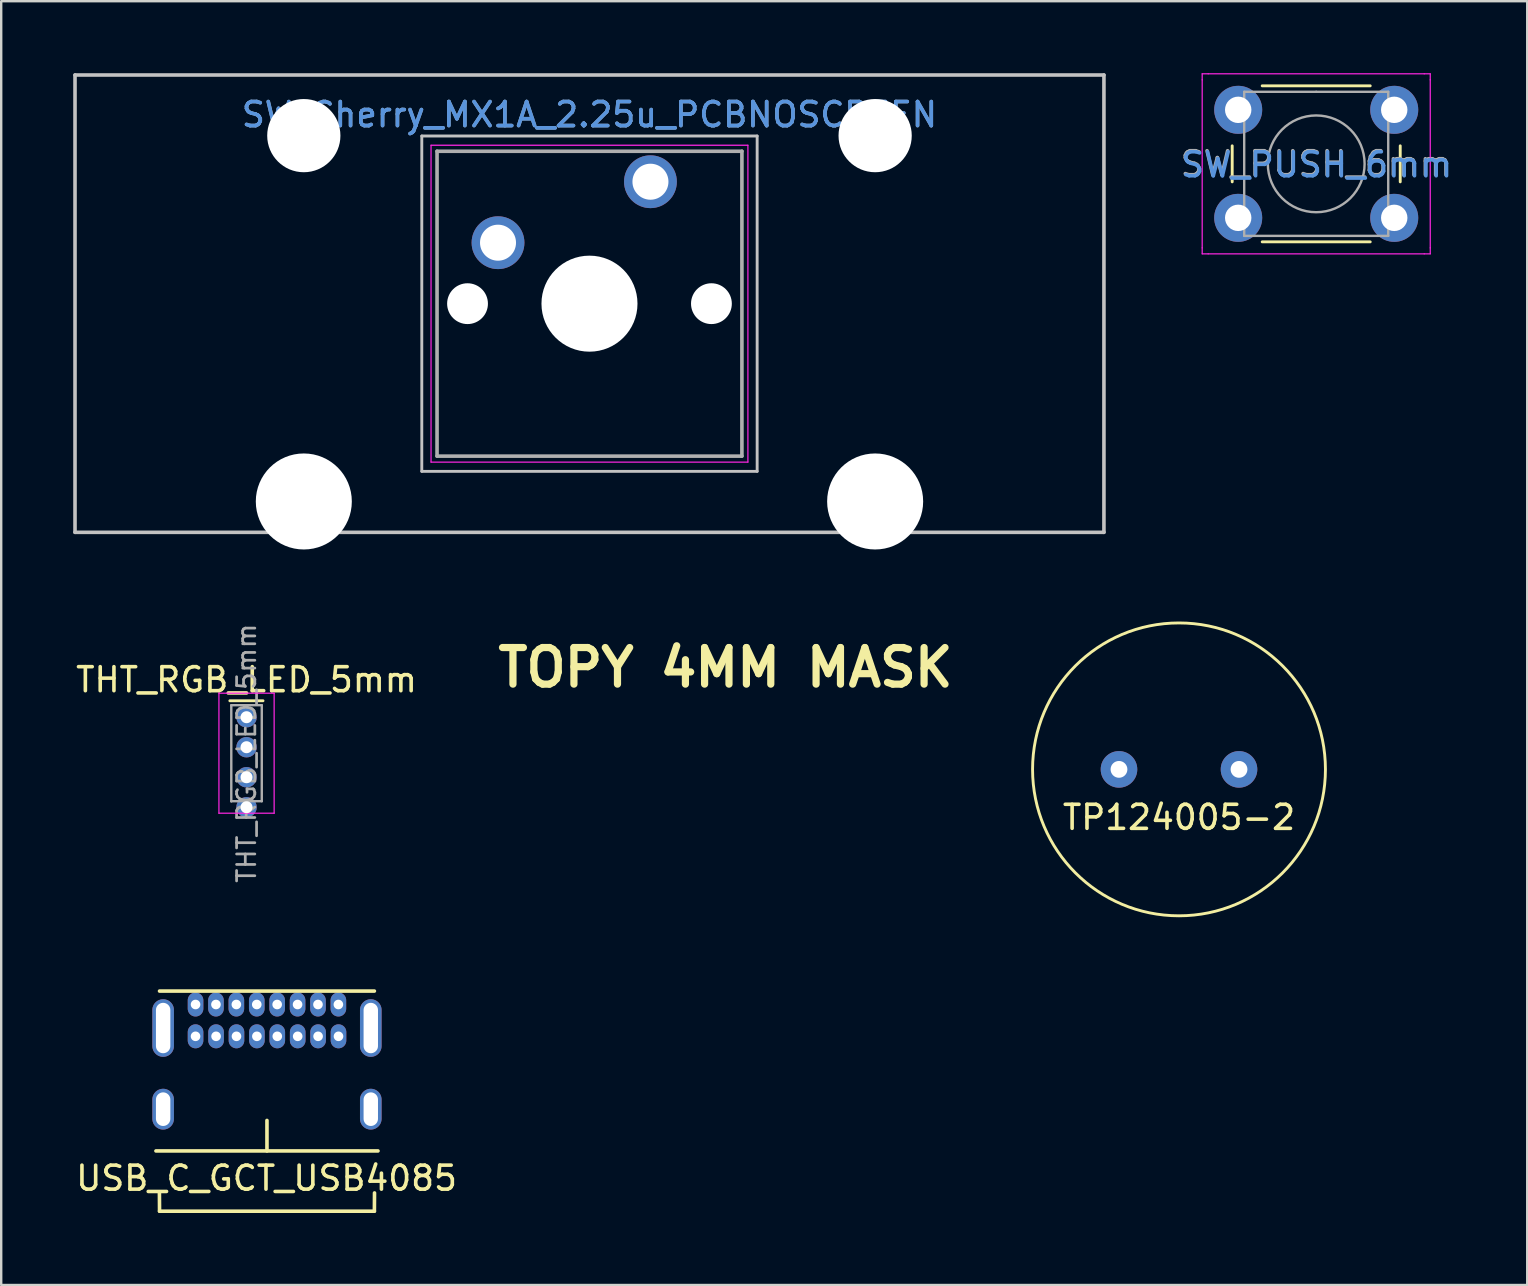
<source format=kicad_pcb>
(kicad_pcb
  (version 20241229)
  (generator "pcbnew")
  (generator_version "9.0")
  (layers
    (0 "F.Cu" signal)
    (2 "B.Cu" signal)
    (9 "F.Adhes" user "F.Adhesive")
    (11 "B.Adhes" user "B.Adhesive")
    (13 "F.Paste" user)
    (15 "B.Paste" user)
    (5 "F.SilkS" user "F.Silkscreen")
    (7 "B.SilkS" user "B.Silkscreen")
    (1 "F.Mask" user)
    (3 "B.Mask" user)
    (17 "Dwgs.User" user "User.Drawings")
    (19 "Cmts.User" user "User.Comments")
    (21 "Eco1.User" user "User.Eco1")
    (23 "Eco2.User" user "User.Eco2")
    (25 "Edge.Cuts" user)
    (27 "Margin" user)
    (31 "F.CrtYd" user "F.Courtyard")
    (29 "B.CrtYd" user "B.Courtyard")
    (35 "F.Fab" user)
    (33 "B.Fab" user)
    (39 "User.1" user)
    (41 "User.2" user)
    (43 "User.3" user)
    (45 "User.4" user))
  (footprint "TOPY 4MM MASK"
    (layer "F.Cu")
    (at 27.172 24.759)
    (property "Reference" "TOPY 4MM MASK" (at 0 0 0) (layer "F.SilkS") (effects (font (size 1.524 1.524) (thickness 0.3))))
    (attr through_hole)
    (fp_poly (pts (xy 0.22 -1.321) (xy 0.79 -1.319) (xy 1.359 -1.317) (xy 1.359 -0.91) (xy 0.22 -0.906) (xy 0.22 -0.246) (xy 0.94 -0.246) (xy 0.94 0.186) (xy 0.22 0.186) (xy 0.22 0.863) (xy 0.79 0.866) (xy 1.359 0.868) (xy 1.361 1.082) (xy 1.363 1.295) (xy 0.22 1.295) (xy 0.22 1.913) (xy -0.22 1.913) (xy -0.22 1.295) (xy -1.355 1.295) (xy -1.355 0.864) (xy -0.22 0.864) (xy -0.22 0.186) (xy -0.931 0.186) (xy -0.931 -0.246) (xy -0.22 -0.246) (xy -0.22 -0.906) (xy -1.355 -0.906) (xy -1.355 -1.321) (xy -0.22 -1.321) (xy -0.216 -1.909) (xy 0.002 -1.911) (xy 0.22 -1.914) (xy 0.22 -1.321)) (stroke (width 0.01) (type solid)) (fill yes) (layer "F.Mask")))
  (footprint "TP124005-2"
    (layer "F.Cu")
    (at 46.064 29)
    (property "Reference" "TP124005-2" (at 0 2 0) (layer "F.SilkS") (effects (font (size 1 1) (thickness 0.15))))
    (attr through_hole)
    (fp_circle (center 0 0) (end 0 6.1) (stroke (width 0.12) (type solid)) (fill no) (layer "F.SilkS"))
    (pad "1" thru_hole circle (at -2.5 0) (size 1.524 1.524) (drill 0.7) (layers "*.Cu" "*.Mask"))
    (pad "2" thru_hole circle (at 2.5 0) (size 1.524 1.524) (drill 0.7) (layers "*.Cu" "*.Mask")))
  (footprint "THT_RGB_LED_5mm"
    (layer "F.Cu")
    (at 7.22 26.827)
    (property "Reference" "THT_RGB_LED_5mm" (at 0 -1.56 0) (layer "F.SilkS") (effects (font (size 1 1) (thickness 0.15))))
    (attr through_hole)
    (fp_line (start -0.695 -0.685) (end 0.686 -0.685) (stroke (width 0.12) (type solid)) (layer "F.SilkS"))
    (fp_line (start -1.15 -1) (end -1.15 4) (stroke (width 0.05) (type solid)) (layer "F.CrtYd"))
    (fp_line (start -1.15 4) (end 1.15 4) (stroke (width 0.05) (type solid)) (layer "F.CrtYd"))
    (fp_line (start 1.15 -1) (end -1.15 -1) (stroke (width 0.05) (type solid)) (layer "F.CrtYd"))
    (fp_line (start 1.15 4) (end 1.15 -1) (stroke (width 0.05) (type solid)) (layer "F.CrtYd"))
    (fp_line (start -0.635 -0.5) (end 0.635 -0.5) (stroke (width 0.1) (type solid)) (layer "F.Fab"))
    (fp_line (start -0.635 3.508) (end -0.635 -0.5) (stroke (width 0.1) (type solid)) (layer "F.Fab"))
    (fp_line (start 0.635 -0.5) (end 0.635 3.5) (stroke (width 0.1) (type solid)) (layer "F.Fab"))
    (fp_line (start 0.635 3.5) (end -0.635 3.5) (stroke (width 0.1) (type solid)) (layer "F.Fab"))
    (fp_text user "${REFERENCE}" (at 0 1.5 90) (layer "F.Fab") (effects (font (size 0.76 0.76) (thickness 0.114))))
    (pad "1" thru_hole oval (at 0 2.5) (size 0.85 0.85) (drill 0.5) (layers "*.Cu" "*.Mask"))
    (pad "2" thru_hole circle (at 0 0) (size 0.85 0.85) (drill 0.5) (layers "*.Cu" "*.Mask"))
    (pad "3" thru_hole oval (at 0 1.25) (size 0.85 0.85) (drill 0.5) (layers "*.Cu" "*.Mask"))
    (pad "4" thru_hole oval (at 0 3.75) (size 0.85 0.85) (drill 0.5) (layers "*.Cu" "*.Mask")))
  (footprint "SW_Cherry_MX1A_2.25u_PCBNOSCREEN"
    (layer "F.Cu")
    (at 24.046 4.52)
    (property "Reference" "SW_Cherry_MX1A_2.25u_PCBNOSCREEN" (at -2.54 -2.794 0) (layer "Cmts.User") (effects (font (size 1 1) (thickness 0.15))))
    (attr through_hole)
    (fp_line (start -23.971 -4.445) (end 18.891 -4.445) (stroke (width 0.15) (type solid)) (layer "Dwgs.User"))
    (fp_line (start -23.971 14.605) (end -23.971 -4.445) (stroke (width 0.15) (type solid)) (layer "Dwgs.User"))
    (fp_line (start -9.525 -1.905) (end 4.445 -1.905) (stroke (width 0.12) (type solid)) (layer "Dwgs.User"))
    (fp_line (start -9.525 12.065) (end -9.525 -1.905) (stroke (width 0.12) (type solid)) (layer "Dwgs.User"))
    (fp_line (start 4.445 -1.905) (end 4.445 12.065) (stroke (width 0.12) (type solid)) (layer "Dwgs.User"))
    (fp_line (start 4.445 12.065) (end -9.525 12.065) (stroke (width 0.12) (type solid)) (layer "Dwgs.User"))
    (fp_line (start 18.891 -4.445) (end 18.891 14.605) (stroke (width 0.15) (type solid)) (layer "Dwgs.User"))
    (fp_line (start 18.891 14.605) (end -23.971 14.605) (stroke (width 0.15) (type solid)) (layer "Dwgs.User"))
    (fp_line (start -9.14 -1.52) (end 4.06 -1.52) (stroke (width 0.05) (type solid)) (layer "F.CrtYd"))
    (fp_line (start -9.14 11.68) (end -9.14 -1.52) (stroke (width 0.05) (type solid)) (layer "F.CrtYd"))
    (fp_line (start 4.06 -1.52) (end 4.06 11.68) (stroke (width 0.05) (type solid)) (layer "F.CrtYd"))
    (fp_line (start 4.06 11.68) (end -9.14 11.68) (stroke (width 0.05) (type solid)) (layer "F.CrtYd"))
    (fp_line (start -8.89 -1.27) (end 3.81 -1.27) (stroke (width 0.15) (type solid)) (layer "F.Fab"))
    (fp_line (start -8.89 11.43) (end -8.89 -1.27) (stroke (width 0.15) (type solid)) (layer "F.Fab"))
    (fp_line (start 3.81 -1.27) (end 3.81 11.43) (stroke (width 0.15) (type solid)) (layer "F.Fab"))
    (fp_line (start 3.81 11.43) (end -8.89 11.43) (stroke (width 0.15) (type solid)) (layer "F.Fab"))
    (fp_text user "${REFERENCE}" (at -2.54 -2.794 0) (layer "F.Fab") (effects (font (size 1 1) (thickness 0.15))))
    (pad "" np_thru_hole circle (at -14.44 -1.92) (size 3.05 3.05) (drill 3.05) (layers "*.Cu" "*.Mask"))
    (pad "" np_thru_hole circle (at -14.44 13.32) (size 4 4) (drill 4) (layers "*.Cu" "*.Mask"))
    (pad "" np_thru_hole circle (at -7.62 5.08) (size 1.7 1.7) (drill 1.7) (layers "*.Cu" "*.Mask"))
    (pad "" np_thru_hole circle (at -2.54 5.08) (size 4 4) (drill 4) (layers "*.Cu" "*.Mask"))
    (pad "" np_thru_hole circle (at 2.54 5.08) (size 1.7 1.7) (drill 1.7) (layers "*.Cu" "*.Mask"))
    (pad "" np_thru_hole circle (at 9.36 -1.92) (size 3.05 3.05) (drill 3.05) (layers "*.Cu" "*.Mask"))
    (pad "" np_thru_hole circle (at 9.36 13.32) (size 4 4) (drill 4) (layers "*.Cu" "*.Mask"))
    (pad "1" thru_hole circle (at 0 0) (size 2.2 2.2) (drill 1.5) (layers "*.Cu" "*.Mask"))
    (pad "2" thru_hole circle (at -6.35 2.54) (size 2.2 2.2) (drill 1.5) (layers "*.Cu" "*.Mask")))
  (footprint "USB_C_GCT_USB4085"
    (layer "F.Cu")
    (at 8.071 44.895)
    (property "Reference" "USB_C_GCT_USB4085" (at -0.017 1.137 0) (layer "F.SilkS") (effects (font (size 1 1) (thickness 0.15))))
    (attr through_hole)
    (fp_line (start -4.625 0) (end 4.625 0) (stroke (width 0.15) (type solid)) (layer "F.SilkS"))
    (fp_line (start -4.475 -6.66) (end 4.475 -6.66) (stroke (width 0.15) (type solid)) (layer "F.SilkS"))
    (fp_line (start -4.475 2.51) (end -4.48 1.75) (stroke (width 0.15) (type solid)) (layer "F.SilkS"))
    (fp_line (start -4.475 2.51) (end 4.475 2.51) (stroke (width 0.15) (type solid)) (layer "F.SilkS"))
    (fp_line (start 0 0) (end 0 -1.27) (stroke (width 0.15) (type solid)) (layer "F.SilkS"))
    (fp_line (start 4.48 1.75) (end 4.475 2.51) (stroke (width 0.15) (type solid)) (layer "F.SilkS"))
    (pad "A1" thru_hole oval (at -2.975 -6.1) (size 0.65 1) (drill 0.4) (layers "*.Cu" "*.Mask"))
    (pad "A4" thru_hole oval (at -2.125 -6.1) (size 0.65 1) (drill 0.4) (layers "*.Cu" "*.Mask"))
    (pad "A5" thru_hole oval (at -1.275 -6.1) (size 0.65 1) (drill 0.4) (layers "*.Cu" "*.Mask"))
    (pad "A6" thru_hole oval (at -0.425 -6.1) (size 0.65 1) (drill 0.4) (layers "*.Cu" "*.Mask"))
    (pad "A7" thru_hole oval (at 0.425 -6.1) (size 0.65 1) (drill 0.4) (layers "*.Cu" "*.Mask"))
    (pad "A8" thru_hole oval (at 1.275 -6.1) (size 0.65 1) (drill 0.4) (layers "*.Cu" "*.Mask"))
    (pad "A9" thru_hole oval (at 2.125 -6.1) (size 0.65 1) (drill 0.4) (layers "*.Cu" "*.Mask"))
    (pad "A12" thru_hole oval (at 2.975 -6.1) (size 0.65 1) (drill 0.4) (layers "*.Cu" "*.Mask"))
    (pad "B1" thru_hole oval (at 2.98 -4.775) (size 0.65 1) (drill 0.4) (layers "*.Cu" "*.Mask"))
    (pad "B4" thru_hole oval (at 2.13 -4.775) (size 0.65 1) (drill 0.4) (layers "*.Cu" "*.Mask"))
    (pad "B5" thru_hole oval (at 1.28 -4.775) (size 0.65 1) (drill 0.4) (layers "*.Cu" "*.Mask"))
    (pad "B6" thru_hole oval (at 0.43 -4.775) (size 0.65 1) (drill 0.4) (layers "*.Cu" "*.Mask"))
    (pad "B7" thru_hole oval (at -0.42 -4.775) (size 0.65 1) (drill 0.4) (layers "*.Cu" "*.Mask"))
    (pad "B8" thru_hole oval (at -1.27 -4.775) (size 0.65 1) (drill 0.4) (layers "*.Cu" "*.Mask"))
    (pad "B9" thru_hole oval (at -2.12 -4.775) (size 0.65 1) (drill 0.4) (layers "*.Cu" "*.Mask"))
    (pad "B12" thru_hole oval (at -2.975 -4.775) (size 0.65 1) (drill 0.4) (layers "*.Cu" "*.Mask"))
    (pad "S1" thru_hole oval (at -4.325 -5.12) (size 0.9 2.4) (drill oval 0.6 2.1) (layers "*.Cu" "*.Mask"))
    (pad "S1" thru_hole oval (at -4.325 -1.74) (size 0.9 1.7) (drill oval 0.6 1.4) (layers "*.Cu" "*.Mask"))
    (pad "S1" thru_hole oval (at 4.325 -5.12) (size 0.9 2.4) (drill oval 0.6 2.1) (layers "*.Cu" "*.Mask"))
    (pad "S1" thru_hole oval (at 4.325 -1.74) (size 0.9 1.7) (drill oval 0.6 1.4) (layers "*.Cu" "*.Mask")))
  (footprint "SW_PUSH_6mm"
    (layer "F.Cu")
    (at 48.53 1.525)
    (property "Reference" "SW_PUSH_6mm" (at 3.272 2.292 0) (layer "Cmts.User") (effects (font (size 1 1) (thickness 0.15))))
    (attr through_hole)
    (fp_line (start -0.25 1.5) (end -0.25 3) (stroke (width 0.12) (type solid)) (layer "F.SilkS"))
    (fp_line (start 1 5.5) (end 5.5 5.5) (stroke (width 0.12) (type solid)) (layer "F.SilkS"))
    (fp_line (start 5.5 -1) (end 1 -1) (stroke (width 0.12) (type solid)) (layer "F.SilkS"))
    (fp_line (start 6.75 3) (end 6.75 1.5) (stroke (width 0.12) (type solid)) (layer "F.SilkS"))
    (fp_line (start -1.5 -1.5) (end -1.25 -1.5) (stroke (width 0.05) (type solid)) (layer "F.CrtYd"))
    (fp_line (start -1.5 -1.25) (end -1.5 -1.5) (stroke (width 0.05) (type solid)) (layer "F.CrtYd"))
    (fp_line (start -1.5 5.75) (end -1.5 -1.25) (stroke (width 0.05) (type solid)) (layer "F.CrtYd"))
    (fp_line (start -1.5 5.75) (end -1.5 6) (stroke (width 0.05) (type solid)) (layer "F.CrtYd"))
    (fp_line (start -1.5 6) (end -1.25 6) (stroke (width 0.05) (type solid)) (layer "F.CrtYd"))
    (fp_line (start -1.25 -1.5) (end 7.75 -1.5) (stroke (width 0.05) (type solid)) (layer "F.CrtYd"))
    (fp_line (start 7.75 -1.5) (end 8 -1.5) (stroke (width 0.05) (type solid)) (layer "F.CrtYd"))
    (fp_line (start 7.75 6) (end -1.25 6) (stroke (width 0.05) (type solid)) (layer "F.CrtYd"))
    (fp_line (start 7.75 6) (end 8 6) (stroke (width 0.05) (type solid)) (layer "F.CrtYd"))
    (fp_line (start 8 -1.5) (end 8 -1.25) (stroke (width 0.05) (type solid)) (layer "F.CrtYd"))
    (fp_line (start 8 -1.25) (end 8 5.75) (stroke (width 0.05) (type solid)) (layer "F.CrtYd"))
    (fp_line (start 8 6) (end 8 5.75) (stroke (width 0.05) (type solid)) (layer "F.CrtYd"))
    (fp_line (start 0.25 -0.75) (end 3.25 -0.75) (stroke (width 0.1) (type solid)) (layer "F.Fab"))
    (fp_line (start 0.25 5.25) (end 0.25 -0.75) (stroke (width 0.1) (type solid)) (layer "F.Fab"))
    (fp_line (start 3.25 -0.75) (end 6.25 -0.75) (stroke (width 0.1) (type solid)) (layer "F.Fab"))
    (fp_line (start 6.25 -0.75) (end 6.25 5.25) (stroke (width 0.1) (type solid)) (layer "F.Fab"))
    (fp_line (start 6.25 5.25) (end 0.25 5.25) (stroke (width 0.1) (type solid)) (layer "F.Fab"))
    (fp_circle (center 3.25 2.25) (end 1.25 2.5) (stroke (width 0.1) (type solid)) (fill no) (layer "F.Fab"))
    (fp_text user "${REFERENCE}" (at 3.25 2.25 0) (layer "F.Fab") (effects (font (size 1 1) (thickness 0.15))))
    (pad "1" thru_hole circle (at 0 0 90) (size 2 2) (drill 1.1) (layers "*.Cu" "*.Mask"))
    (pad "1" thru_hole circle (at 6.5 0 90) (size 2 2) (drill 1.1) (layers "*.Cu" "*.Mask"))
    (pad "2" thru_hole circle (at 0 4.5 90) (size 2 2) (drill 1.1) (layers "*.Cu" "*.Mask"))
    (pad "2" thru_hole circle (at 6.5 4.5 90) (size 2 2) (drill 1.1) (layers "*.Cu" "*.Mask")))
  (gr_rect
    (start -3 -3)
    (end 60.57 50.48)
    (stroke (width 0.1) (type default))
    (fill no)
    (layer "Edge.Cuts")))
</source>
